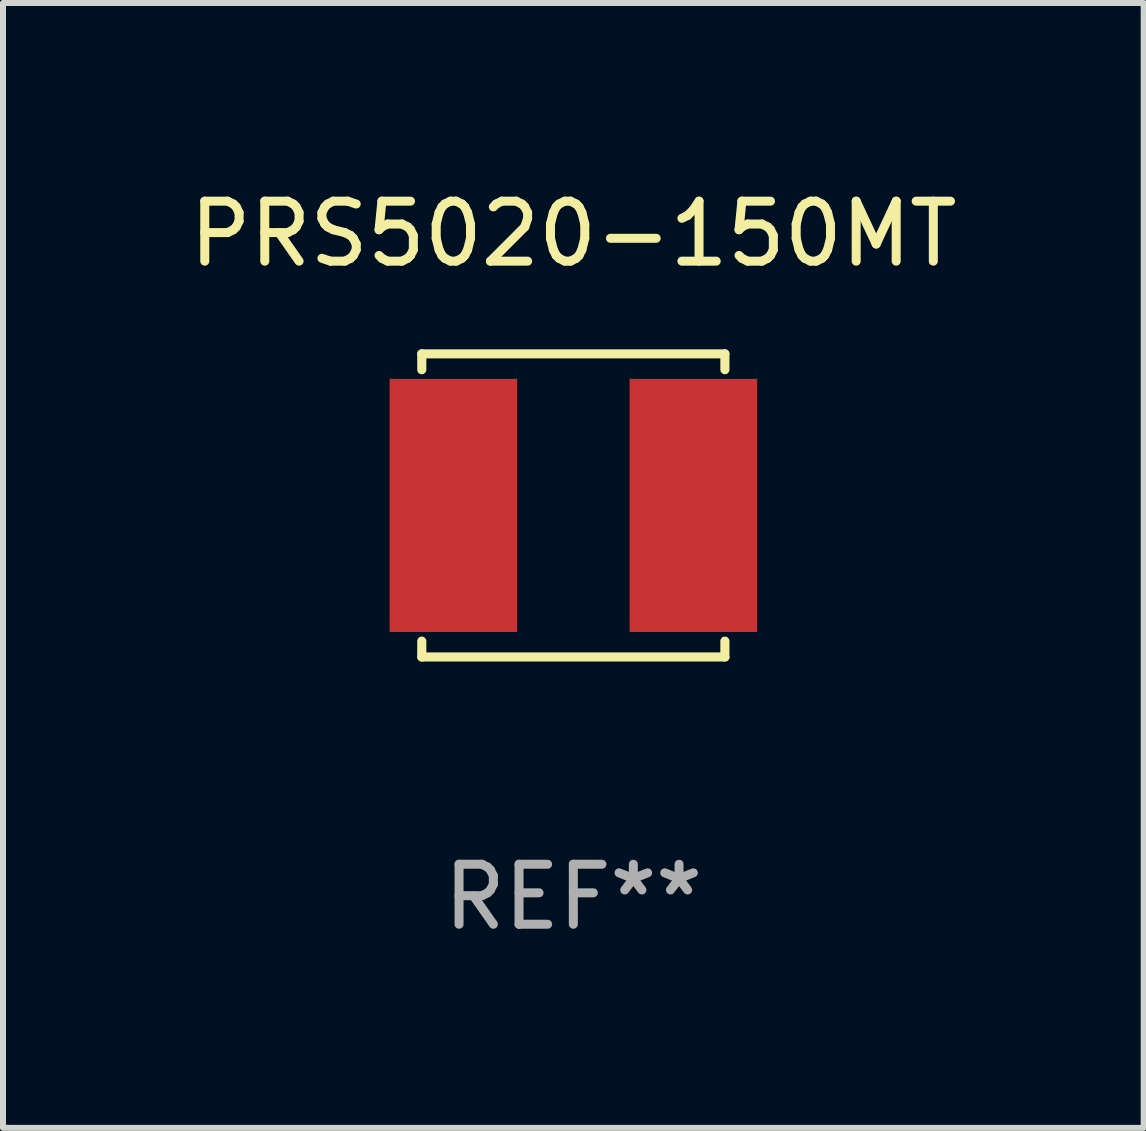
<source format=kicad_pcb>
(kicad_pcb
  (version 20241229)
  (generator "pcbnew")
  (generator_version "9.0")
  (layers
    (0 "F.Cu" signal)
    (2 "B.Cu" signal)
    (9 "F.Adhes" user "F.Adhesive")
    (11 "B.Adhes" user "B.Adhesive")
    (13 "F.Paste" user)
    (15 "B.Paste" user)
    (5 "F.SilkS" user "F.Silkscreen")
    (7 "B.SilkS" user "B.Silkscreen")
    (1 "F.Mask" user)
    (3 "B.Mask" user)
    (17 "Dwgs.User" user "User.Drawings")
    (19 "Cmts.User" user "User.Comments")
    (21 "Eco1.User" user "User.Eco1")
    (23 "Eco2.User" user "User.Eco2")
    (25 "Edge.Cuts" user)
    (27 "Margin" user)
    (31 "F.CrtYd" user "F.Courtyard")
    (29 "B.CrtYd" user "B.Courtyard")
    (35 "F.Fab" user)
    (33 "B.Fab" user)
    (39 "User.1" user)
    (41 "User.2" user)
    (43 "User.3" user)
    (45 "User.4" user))
  (footprint "PRS5020-150MT"
    (layer "F.Cu")
    (at 6.506 5.374)
    (property "Reference" "PRS5020-150MT" (at 0 -4.526 0) (layer "F.SilkS") (effects (font (size 1 1) (thickness 0.15))))
    (attr through_hole)
    (fp_line (start -2.526 -2.526) (end 2.526 -2.526) (stroke (width 0.152) (type solid)) (layer "F.SilkS"))
    (fp_line (start -2.526 -2.262) (end -2.526 -2.526) (stroke (width 0.152) (type solid)) (layer "F.SilkS"))
    (fp_line (start -2.526 2.262) (end -2.526 2.526) (stroke (width 0.152) (type solid)) (layer "F.SilkS"))
    (fp_line (start -2.526 2.526) (end 2.526 2.526) (stroke (width 0.152) (type solid)) (layer "F.SilkS"))
    (fp_line (start 2.526 -2.526) (end 2.526 -2.262) (stroke (width 0.152) (type solid)) (layer "F.SilkS"))
    (fp_line (start 2.526 2.526) (end 2.526 2.262) (stroke (width 0.152) (type solid)) (layer "F.SilkS"))
    (fp_circle (center 2.5 -2.5) (end 2.53 -2.5) (stroke (width 0.06) (type solid)) (fill no) (layer "F.SilkS"))
    (fp_text user "REF**" (at 0 6.526 0) (layer "F.Fab") (effects (font (size 1 1) (thickness 0.15))))
    (pad "1" smd rect (at 2 0) (size 2.124 4.22) (layers "F.Cu" "F.Mask" "F.Paste"))
    (pad "2" smd rect (at -2 0) (size 2.124 4.22) (layers "F.Cu" "F.Mask" "F.Paste")))
  (gr_rect
    (start -3 -3)
    (end 16.012 15.749)
    (stroke (width 0.1) (type default))
    (fill no)
    (layer "Edge.Cuts")))
</source>
